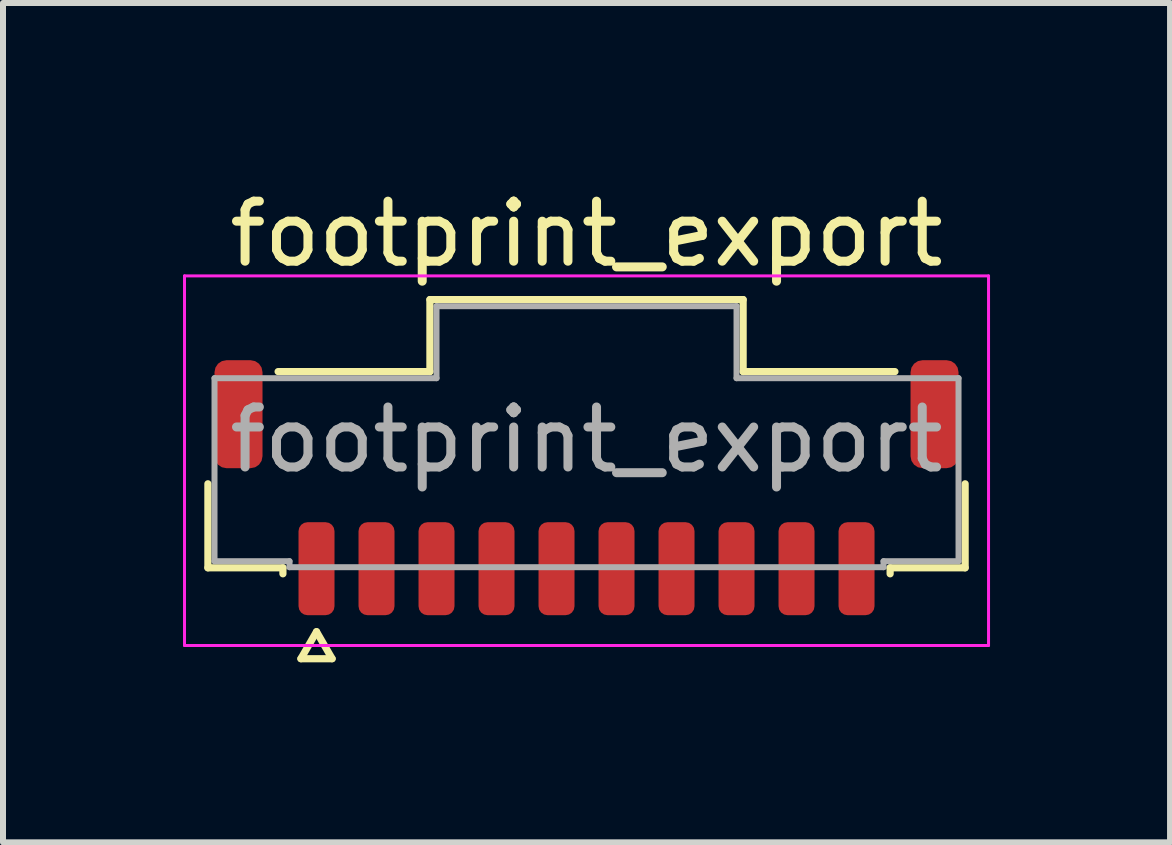
<source format=kicad_pcb>
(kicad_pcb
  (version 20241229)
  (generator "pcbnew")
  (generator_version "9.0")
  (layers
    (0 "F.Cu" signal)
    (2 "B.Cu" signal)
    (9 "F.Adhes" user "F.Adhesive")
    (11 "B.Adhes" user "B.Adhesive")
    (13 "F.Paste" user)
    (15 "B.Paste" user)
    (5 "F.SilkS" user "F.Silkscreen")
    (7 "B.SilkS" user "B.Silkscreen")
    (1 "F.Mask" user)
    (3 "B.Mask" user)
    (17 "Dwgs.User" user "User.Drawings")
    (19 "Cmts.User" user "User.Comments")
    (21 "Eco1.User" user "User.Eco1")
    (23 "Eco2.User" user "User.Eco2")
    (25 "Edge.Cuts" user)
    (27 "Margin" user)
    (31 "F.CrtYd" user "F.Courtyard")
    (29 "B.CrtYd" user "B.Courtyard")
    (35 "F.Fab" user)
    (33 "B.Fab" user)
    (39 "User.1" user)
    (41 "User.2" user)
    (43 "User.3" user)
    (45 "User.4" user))
  (footprint "footprint_export"
    (layer "F.Cu")
    (at 6.725 4.278)
    (property "Reference" "footprint_export" (at 0 -3.43 0) (layer "F.SilkS") (effects (font (size 1 1) (thickness 0.15))))
    (attr smd)
    (fp_line (start -6.31 2.135) (end -6.31 0.735) (stroke (width 0.12) (type solid)) (layer "F.SilkS"))
    (fp_line (start -5.14 -1.135) (end -2.61 -1.135) (stroke (width 0.12) (type solid)) (layer "F.SilkS"))
    (fp_line (start -5.06 2.135) (end -6.31 2.135) (stroke (width 0.12) (type solid)) (layer "F.SilkS"))
    (fp_line (start -5.06 2.235) (end -5.06 2.135) (stroke (width 0.12) (type solid)) (layer "F.SilkS"))
    (fp_line (start -4.76 3.65) (end -4.5 3.2) (stroke (width 0.12) (type solid)) (layer "F.SilkS"))
    (fp_line (start -4.5 3.2) (end -4.24 3.65) (stroke (width 0.12) (type solid)) (layer "F.SilkS"))
    (fp_line (start -4.24 3.65) (end -4.76 3.65) (stroke (width 0.12) (type solid)) (layer "F.SilkS"))
    (fp_line (start -2.61 -2.335) (end 2.61 -2.335) (stroke (width 0.12) (type solid)) (layer "F.SilkS"))
    (fp_line (start -2.61 -1.135) (end -2.61 -2.335) (stroke (width 0.12) (type solid)) (layer "F.SilkS"))
    (fp_line (start 2.61 -2.335) (end 2.61 -1.135) (stroke (width 0.12) (type solid)) (layer "F.SilkS"))
    (fp_line (start 2.61 -1.135) (end 5.14 -1.135) (stroke (width 0.12) (type solid)) (layer "F.SilkS"))
    (fp_line (start 5.06 2.135) (end 5.06 2.235) (stroke (width 0.12) (type solid)) (layer "F.SilkS"))
    (fp_line (start 6.31 0.735) (end 6.31 2.135) (stroke (width 0.12) (type solid)) (layer "F.SilkS"))
    (fp_line (start 6.31 2.135) (end 5.06 2.135) (stroke (width 0.12) (type solid)) (layer "F.SilkS"))
    (fp_line (start -6.7 -2.73) (end -6.7 3.43) (stroke (width 0.05) (type solid)) (layer "F.CrtYd"))
    (fp_line (start -6.7 3.43) (end 6.7 3.43) (stroke (width 0.05) (type solid)) (layer "F.CrtYd"))
    (fp_line (start 6.7 -2.73) (end -6.7 -2.73) (stroke (width 0.05) (type solid)) (layer "F.CrtYd"))
    (fp_line (start 6.7 3.43) (end 6.7 -2.73) (stroke (width 0.05) (type solid)) (layer "F.CrtYd"))
    (fp_line (start -6.2 -1.025) (end -2.5 -1.025) (stroke (width 0.1) (type solid)) (layer "F.Fab"))
    (fp_line (start -6.2 2.025) (end -6.2 -1.025) (stroke (width 0.1) (type solid)) (layer "F.Fab"))
    (fp_line (start -4.95 2.025) (end -6.2 2.025) (stroke (width 0.1) (type solid)) (layer "F.Fab"))
    (fp_line (start -4.95 2.125) (end -4.95 2.025) (stroke (width 0.1) (type solid)) (layer "F.Fab"))
    (fp_line (start -2.5 -2.225) (end 2.5 -2.225) (stroke (width 0.1) (type solid)) (layer "F.Fab"))
    (fp_line (start -2.5 -1.025) (end -2.5 -2.225) (stroke (width 0.1) (type solid)) (layer "F.Fab"))
    (fp_line (start 2.5 -2.225) (end 2.5 -1.025) (stroke (width 0.1) (type solid)) (layer "F.Fab"))
    (fp_line (start 2.5 -1.025) (end 6.2 -1.025) (stroke (width 0.1) (type solid)) (layer "F.Fab"))
    (fp_line (start 4.95 2.025) (end 4.95 2.125) (stroke (width 0.1) (type solid)) (layer "F.Fab"))
    (fp_line (start 4.95 2.125) (end -4.95 2.125) (stroke (width 0.1) (type solid)) (layer "F.Fab"))
    (fp_line (start 6.2 -1.025) (end 6.2 2.025) (stroke (width 0.1) (type solid)) (layer "F.Fab"))
    (fp_line (start 6.2 2.025) (end 4.95 2.025) (stroke (width 0.1) (type solid)) (layer "F.Fab"))
    (fp_text user "${REFERENCE}" (at 0 0 0) (layer "F.Fab") (effects (font (size 1 1) (thickness 0.15))))
    (pad "1" smd roundrect (at -4.5 2.15) (size 0.6 1.55) (layers "F.Cu" "F.Mask" "F.Paste") (roundrect_rratio 0.25))
    (pad "2" smd roundrect (at -3.5 2.15) (size 0.6 1.55) (layers "F.Cu" "F.Mask" "F.Paste") (roundrect_rratio 0.25))
    (pad "3" smd roundrect (at -2.5 2.15) (size 0.6 1.55) (layers "F.Cu" "F.Mask" "F.Paste") (roundrect_rratio 0.25))
    (pad "4" smd roundrect (at -1.5 2.15) (size 0.6 1.55) (layers "F.Cu" "F.Mask" "F.Paste") (roundrect_rratio 0.25))
    (pad "5" smd roundrect (at -0.5 2.15) (size 0.6 1.55) (layers "F.Cu" "F.Mask" "F.Paste") (roundrect_rratio 0.25))
    (pad "6" smd roundrect (at 0.5 2.15) (size 0.6 1.55) (layers "F.Cu" "F.Mask" "F.Paste") (roundrect_rratio 0.25))
    (pad "7" smd roundrect (at 1.5 2.15) (size 0.6 1.55) (layers "F.Cu" "F.Mask" "F.Paste") (roundrect_rratio 0.25))
    (pad "8" smd roundrect (at 2.5 2.15) (size 0.6 1.55) (layers "F.Cu" "F.Mask" "F.Paste") (roundrect_rratio 0.25))
    (pad "9" smd roundrect (at 3.5 2.15) (size 0.6 1.55) (layers "F.Cu" "F.Mask" "F.Paste") (roundrect_rratio 0.25))
    (pad "10" smd roundrect (at 4.5 2.15) (size 0.6 1.55) (layers "F.Cu" "F.Mask" "F.Paste") (roundrect_rratio 0.25))
    (pad "MP" smd roundrect (at -5.8 -0.425) (size 0.8 1.8) (layers "F.Cu" "F.Mask" "F.Paste") (roundrect_rratio 0.25))
    (pad "MP" smd roundrect (at 5.8 -0.425) (size 0.8 1.8) (layers "F.Cu" "F.Mask" "F.Paste") (roundrect_rratio 0.25)))
  (gr_rect
    (start -3 -3)
    (end 16.45 10.988)
    (stroke (width 0.1) (type default))
    (fill no)
    (layer "Edge.Cuts")))
</source>
